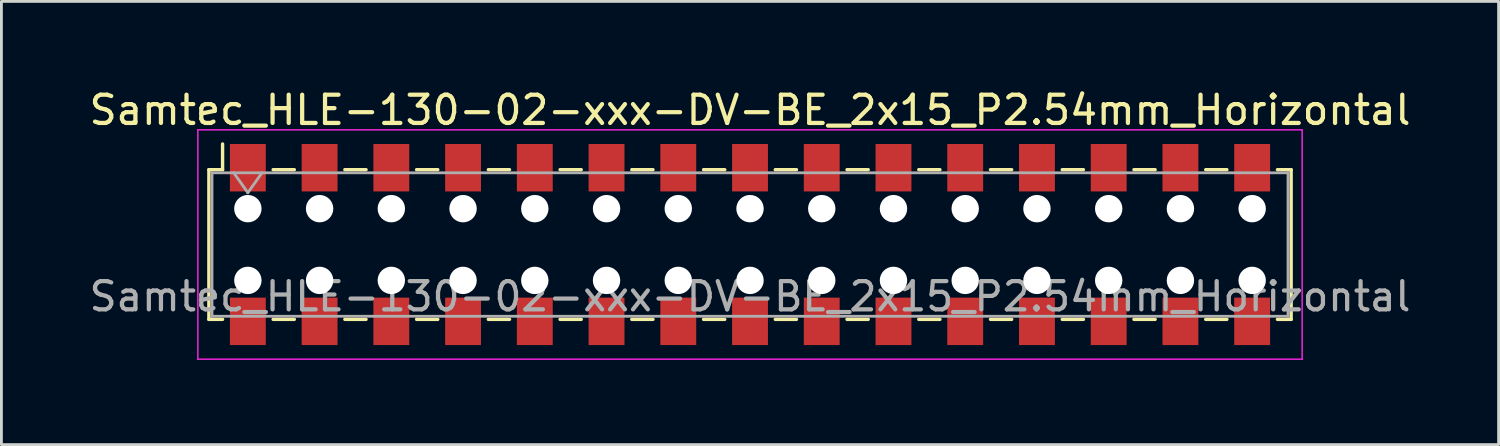
<source format=kicad_pcb>
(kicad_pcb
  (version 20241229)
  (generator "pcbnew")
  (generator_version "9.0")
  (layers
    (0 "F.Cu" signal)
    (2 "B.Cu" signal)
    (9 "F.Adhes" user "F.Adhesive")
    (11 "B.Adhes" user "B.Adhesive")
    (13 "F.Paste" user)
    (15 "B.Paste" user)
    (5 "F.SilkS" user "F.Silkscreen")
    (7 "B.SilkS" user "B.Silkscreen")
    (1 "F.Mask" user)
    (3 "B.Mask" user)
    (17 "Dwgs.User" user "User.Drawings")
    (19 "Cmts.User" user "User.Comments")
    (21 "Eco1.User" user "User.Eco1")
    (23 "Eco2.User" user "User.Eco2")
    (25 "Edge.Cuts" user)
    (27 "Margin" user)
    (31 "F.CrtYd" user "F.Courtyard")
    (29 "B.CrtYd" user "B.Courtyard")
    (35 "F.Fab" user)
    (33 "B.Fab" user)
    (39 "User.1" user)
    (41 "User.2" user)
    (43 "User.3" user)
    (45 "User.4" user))
  (footprint "Samtec_HLE-130-02-xxx-DV-BE_2x15_P2.54mm_Horizontal"
    (layer "F.Cu")
    (at 23.506 5.608)
    (property "Reference" "Samtec_HLE-130-02-xxx-DV-BE_2x15_P2.54mm_Horizontal" (at 0 -4.76 0) (layer "F.SilkS") (effects (font (size 1 1) (thickness 0.15))))
    (attr smd)
    (fp_line (start -19.16 -2.65) (end -19.16 2.65) (stroke (width 0.12) (type solid)) (layer "F.SilkS"))
    (fp_line (start -19.16 2.65) (end -18.675 2.65) (stroke (width 0.12) (type solid)) (layer "F.SilkS"))
    (fp_line (start -18.675 -3.56) (end -18.675 -2.65) (stroke (width 0.12) (type solid)) (layer "F.SilkS"))
    (fp_line (start -18.675 -2.65) (end -19.16 -2.65) (stroke (width 0.12) (type solid)) (layer "F.SilkS"))
    (fp_line (start -16.885 -2.65) (end -16.135 -2.65) (stroke (width 0.12) (type solid)) (layer "F.SilkS"))
    (fp_line (start -16.885 2.65) (end -16.135 2.65) (stroke (width 0.12) (type solid)) (layer "F.SilkS"))
    (fp_line (start -14.345 -2.65) (end -13.595 -2.65) (stroke (width 0.12) (type solid)) (layer "F.SilkS"))
    (fp_line (start -14.345 2.65) (end -13.595 2.65) (stroke (width 0.12) (type solid)) (layer "F.SilkS"))
    (fp_line (start -11.805 -2.65) (end -11.055 -2.65) (stroke (width 0.12) (type solid)) (layer "F.SilkS"))
    (fp_line (start -11.805 2.65) (end -11.055 2.65) (stroke (width 0.12) (type solid)) (layer "F.SilkS"))
    (fp_line (start -9.265 -2.65) (end -8.515 -2.65) (stroke (width 0.12) (type solid)) (layer "F.SilkS"))
    (fp_line (start -9.265 2.65) (end -8.515 2.65) (stroke (width 0.12) (type solid)) (layer "F.SilkS"))
    (fp_line (start -6.725 -2.65) (end -5.975 -2.65) (stroke (width 0.12) (type solid)) (layer "F.SilkS"))
    (fp_line (start -6.725 2.65) (end -5.975 2.65) (stroke (width 0.12) (type solid)) (layer "F.SilkS"))
    (fp_line (start -4.185 -2.65) (end -3.435 -2.65) (stroke (width 0.12) (type solid)) (layer "F.SilkS"))
    (fp_line (start -4.185 2.65) (end -3.435 2.65) (stroke (width 0.12) (type solid)) (layer "F.SilkS"))
    (fp_line (start -1.645 -2.65) (end -0.895 -2.65) (stroke (width 0.12) (type solid)) (layer "F.SilkS"))
    (fp_line (start -1.645 2.65) (end -0.895 2.65) (stroke (width 0.12) (type solid)) (layer "F.SilkS"))
    (fp_line (start 0.895 -2.65) (end 1.645 -2.65) (stroke (width 0.12) (type solid)) (layer "F.SilkS"))
    (fp_line (start 0.895 2.65) (end 1.645 2.65) (stroke (width 0.12) (type solid)) (layer "F.SilkS"))
    (fp_line (start 3.435 -2.65) (end 4.185 -2.65) (stroke (width 0.12) (type solid)) (layer "F.SilkS"))
    (fp_line (start 3.435 2.65) (end 4.185 2.65) (stroke (width 0.12) (type solid)) (layer "F.SilkS"))
    (fp_line (start 5.975 -2.65) (end 6.725 -2.65) (stroke (width 0.12) (type solid)) (layer "F.SilkS"))
    (fp_line (start 5.975 2.65) (end 6.725 2.65) (stroke (width 0.12) (type solid)) (layer "F.SilkS"))
    (fp_line (start 8.515 -2.65) (end 9.265 -2.65) (stroke (width 0.12) (type solid)) (layer "F.SilkS"))
    (fp_line (start 8.515 2.65) (end 9.265 2.65) (stroke (width 0.12) (type solid)) (layer "F.SilkS"))
    (fp_line (start 11.055 -2.65) (end 11.805 -2.65) (stroke (width 0.12) (type solid)) (layer "F.SilkS"))
    (fp_line (start 11.055 2.65) (end 11.805 2.65) (stroke (width 0.12) (type solid)) (layer "F.SilkS"))
    (fp_line (start 13.595 -2.65) (end 14.345 -2.65) (stroke (width 0.12) (type solid)) (layer "F.SilkS"))
    (fp_line (start 13.595 2.65) (end 14.345 2.65) (stroke (width 0.12) (type solid)) (layer "F.SilkS"))
    (fp_line (start 16.135 -2.65) (end 16.885 -2.65) (stroke (width 0.12) (type solid)) (layer "F.SilkS"))
    (fp_line (start 16.135 2.65) (end 16.885 2.65) (stroke (width 0.12) (type solid)) (layer "F.SilkS"))
    (fp_line (start 18.675 -2.65) (end 19.16 -2.65) (stroke (width 0.12) (type solid)) (layer "F.SilkS"))
    (fp_line (start 19.16 -2.65) (end 19.16 2.65) (stroke (width 0.12) (type solid)) (layer "F.SilkS"))
    (fp_line (start 19.16 2.65) (end 18.675 2.65) (stroke (width 0.12) (type solid)) (layer "F.SilkS"))
    (fp_line (start -19.55 -4.06) (end 19.55 -4.06) (stroke (width 0.05) (type solid)) (layer "F.CrtYd"))
    (fp_line (start -19.55 4.06) (end -19.55 -4.06) (stroke (width 0.05) (type solid)) (layer "F.CrtYd"))
    (fp_line (start 19.55 -4.06) (end 19.55 4.06) (stroke (width 0.05) (type solid)) (layer "F.CrtYd"))
    (fp_line (start 19.55 4.06) (end -19.55 4.06) (stroke (width 0.05) (type solid)) (layer "F.CrtYd"))
    (fp_line (start -19.05 -2.54) (end 19.05 -2.54) (stroke (width 0.1) (type solid)) (layer "F.Fab"))
    (fp_line (start -19.05 2.54) (end -19.05 -2.54) (stroke (width 0.1) (type solid)) (layer "F.Fab"))
    (fp_line (start -18.28 -2.54) (end -17.78 -1.833) (stroke (width 0.1) (type solid)) (layer "F.Fab"))
    (fp_line (start -17.78 -1.833) (end -17.28 -2.54) (stroke (width 0.1) (type solid)) (layer "F.Fab"))
    (fp_line (start 19.05 -2.54) (end 19.05 2.54) (stroke (width 0.1) (type solid)) (layer "F.Fab"))
    (fp_line (start 19.05 2.54) (end -19.05 2.54) (stroke (width 0.1) (type solid)) (layer "F.Fab"))
    (fp_text user "${REFERENCE}" (at 0 1.84 0) (layer "F.Fab") (effects (font (size 1 1) (thickness 0.15))))
    (pad "" np_thru_hole circle (at -17.78 -1.27) (size 0.97 0.97) (drill 0.97) (layers "*.Cu" "*.Mask"))
    (pad "" np_thru_hole circle (at -17.78 1.27) (size 0.97 0.97) (drill 0.97) (layers "*.Cu" "*.Mask"))
    (pad "" np_thru_hole circle (at -15.24 -1.27) (size 0.97 0.97) (drill 0.97) (layers "*.Cu" "*.Mask"))
    (pad "" np_thru_hole circle (at -15.24 1.27) (size 0.97 0.97) (drill 0.97) (layers "*.Cu" "*.Mask"))
    (pad "" np_thru_hole circle (at -12.7 -1.27) (size 0.97 0.97) (drill 0.97) (layers "*.Cu" "*.Mask"))
    (pad "" np_thru_hole circle (at -12.7 1.27) (size 0.97 0.97) (drill 0.97) (layers "*.Cu" "*.Mask"))
    (pad "" np_thru_hole circle (at -10.16 -1.27) (size 0.97 0.97) (drill 0.97) (layers "*.Cu" "*.Mask"))
    (pad "" np_thru_hole circle (at -10.16 1.27) (size 0.97 0.97) (drill 0.97) (layers "*.Cu" "*.Mask"))
    (pad "" np_thru_hole circle (at -7.62 -1.27) (size 0.97 0.97) (drill 0.97) (layers "*.Cu" "*.Mask"))
    (pad "" np_thru_hole circle (at -7.62 1.27) (size 0.97 0.97) (drill 0.97) (layers "*.Cu" "*.Mask"))
    (pad "" np_thru_hole circle (at -5.08 -1.27) (size 0.97 0.97) (drill 0.97) (layers "*.Cu" "*.Mask"))
    (pad "" np_thru_hole circle (at -5.08 1.27) (size 0.97 0.97) (drill 0.97) (layers "*.Cu" "*.Mask"))
    (pad "" np_thru_hole circle (at -2.54 -1.27) (size 0.97 0.97) (drill 0.97) (layers "*.Cu" "*.Mask"))
    (pad "" np_thru_hole circle (at -2.54 1.27) (size 0.97 0.97) (drill 0.97) (layers "*.Cu" "*.Mask"))
    (pad "" np_thru_hole circle (at 0 -1.27) (size 0.97 0.97) (drill 0.97) (layers "*.Cu" "*.Mask"))
    (pad "" np_thru_hole circle (at 0 1.27) (size 0.97 0.97) (drill 0.97) (layers "*.Cu" "*.Mask"))
    (pad "" np_thru_hole circle (at 2.54 -1.27) (size 0.97 0.97) (drill 0.97) (layers "*.Cu" "*.Mask"))
    (pad "" np_thru_hole circle (at 2.54 1.27) (size 0.97 0.97) (drill 0.97) (layers "*.Cu" "*.Mask"))
    (pad "" np_thru_hole circle (at 5.08 -1.27) (size 0.97 0.97) (drill 0.97) (layers "*.Cu" "*.Mask"))
    (pad "" np_thru_hole circle (at 5.08 1.27) (size 0.97 0.97) (drill 0.97) (layers "*.Cu" "*.Mask"))
    (pad "" np_thru_hole circle (at 7.62 -1.27) (size 0.97 0.97) (drill 0.97) (layers "*.Cu" "*.Mask"))
    (pad "" np_thru_hole circle (at 7.62 1.27) (size 0.97 0.97) (drill 0.97) (layers "*.Cu" "*.Mask"))
    (pad "" np_thru_hole circle (at 10.16 -1.27) (size 0.97 0.97) (drill 0.97) (layers "*.Cu" "*.Mask"))
    (pad "" np_thru_hole circle (at 10.16 1.27) (size 0.97 0.97) (drill 0.97) (layers "*.Cu" "*.Mask"))
    (pad "" np_thru_hole circle (at 12.7 -1.27) (size 0.97 0.97) (drill 0.97) (layers "*.Cu" "*.Mask"))
    (pad "" np_thru_hole circle (at 12.7 1.27) (size 0.97 0.97) (drill 0.97) (layers "*.Cu" "*.Mask"))
    (pad "" np_thru_hole circle (at 15.24 -1.27) (size 0.97 0.97) (drill 0.97) (layers "*.Cu" "*.Mask"))
    (pad "" np_thru_hole circle (at 15.24 1.27) (size 0.97 0.97) (drill 0.97) (layers "*.Cu" "*.Mask"))
    (pad "" np_thru_hole circle (at 17.78 -1.27) (size 0.97 0.97) (drill 0.97) (layers "*.Cu" "*.Mask"))
    (pad "" np_thru_hole circle (at 17.78 1.27) (size 0.97 0.97) (drill 0.97) (layers "*.Cu" "*.Mask"))
    (pad "1" smd rect (at -17.78 -2.72) (size 1.27 1.68) (layers "F.Cu" "F.Mask" "F.Paste"))
    (pad "2" smd rect (at -17.78 2.72) (size 1.27 1.68) (layers "F.Cu" "F.Mask" "F.Paste"))
    (pad "3" smd rect (at -15.24 -2.72) (size 1.27 1.68) (layers "F.Cu" "F.Mask" "F.Paste"))
    (pad "4" smd rect (at -15.24 2.72) (size 1.27 1.68) (layers "F.Cu" "F.Mask" "F.Paste"))
    (pad "5" smd rect (at -12.7 -2.72) (size 1.27 1.68) (layers "F.Cu" "F.Mask" "F.Paste"))
    (pad "6" smd rect (at -12.7 2.72) (size 1.27 1.68) (layers "F.Cu" "F.Mask" "F.Paste"))
    (pad "7" smd rect (at -10.16 -2.72) (size 1.27 1.68) (layers "F.Cu" "F.Mask" "F.Paste"))
    (pad "8" smd rect (at -10.16 2.72) (size 1.27 1.68) (layers "F.Cu" "F.Mask" "F.Paste"))
    (pad "9" smd rect (at -7.62 -2.72) (size 1.27 1.68) (layers "F.Cu" "F.Mask" "F.Paste"))
    (pad "10" smd rect (at -7.62 2.72) (size 1.27 1.68) (layers "F.Cu" "F.Mask" "F.Paste"))
    (pad "11" smd rect (at -5.08 -2.72) (size 1.27 1.68) (layers "F.Cu" "F.Mask" "F.Paste"))
    (pad "12" smd rect (at -5.08 2.72) (size 1.27 1.68) (layers "F.Cu" "F.Mask" "F.Paste"))
    (pad "13" smd rect (at -2.54 -2.72) (size 1.27 1.68) (layers "F.Cu" "F.Mask" "F.Paste"))
    (pad "14" smd rect (at -2.54 2.72) (size 1.27 1.68) (layers "F.Cu" "F.Mask" "F.Paste"))
    (pad "15" smd rect (at 0 -2.72) (size 1.27 1.68) (layers "F.Cu" "F.Mask" "F.Paste"))
    (pad "16" smd rect (at 0 2.72) (size 1.27 1.68) (layers "F.Cu" "F.Mask" "F.Paste"))
    (pad "17" smd rect (at 2.54 -2.72) (size 1.27 1.68) (layers "F.Cu" "F.Mask" "F.Paste"))
    (pad "18" smd rect (at 2.54 2.72) (size 1.27 1.68) (layers "F.Cu" "F.Mask" "F.Paste"))
    (pad "19" smd rect (at 5.08 -2.72) (size 1.27 1.68) (layers "F.Cu" "F.Mask" "F.Paste"))
    (pad "20" smd rect (at 5.08 2.72) (size 1.27 1.68) (layers "F.Cu" "F.Mask" "F.Paste"))
    (pad "21" smd rect (at 7.62 -2.72) (size 1.27 1.68) (layers "F.Cu" "F.Mask" "F.Paste"))
    (pad "22" smd rect (at 7.62 2.72) (size 1.27 1.68) (layers "F.Cu" "F.Mask" "F.Paste"))
    (pad "23" smd rect (at 10.16 -2.72) (size 1.27 1.68) (layers "F.Cu" "F.Mask" "F.Paste"))
    (pad "24" smd rect (at 10.16 2.72) (size 1.27 1.68) (layers "F.Cu" "F.Mask" "F.Paste"))
    (pad "25" smd rect (at 12.7 -2.72) (size 1.27 1.68) (layers "F.Cu" "F.Mask" "F.Paste"))
    (pad "26" smd rect (at 12.7 2.72) (size 1.27 1.68) (layers "F.Cu" "F.Mask" "F.Paste"))
    (pad "27" smd rect (at 15.24 -2.72) (size 1.27 1.68) (layers "F.Cu" "F.Mask" "F.Paste"))
    (pad "28" smd rect (at 15.24 2.72) (size 1.27 1.68) (layers "F.Cu" "F.Mask" "F.Paste"))
    (pad "29" smd rect (at 17.78 -2.72) (size 1.27 1.68) (layers "F.Cu" "F.Mask" "F.Paste"))
    (pad "30" smd rect (at 17.78 2.72) (size 1.27 1.68) (layers "F.Cu" "F.Mask" "F.Paste")))
  (gr_rect
    (start -3 -3)
    (end 50.012 12.693)
    (stroke (width 0.1) (type default))
    (fill no)
    (layer "Edge.Cuts")))
</source>
